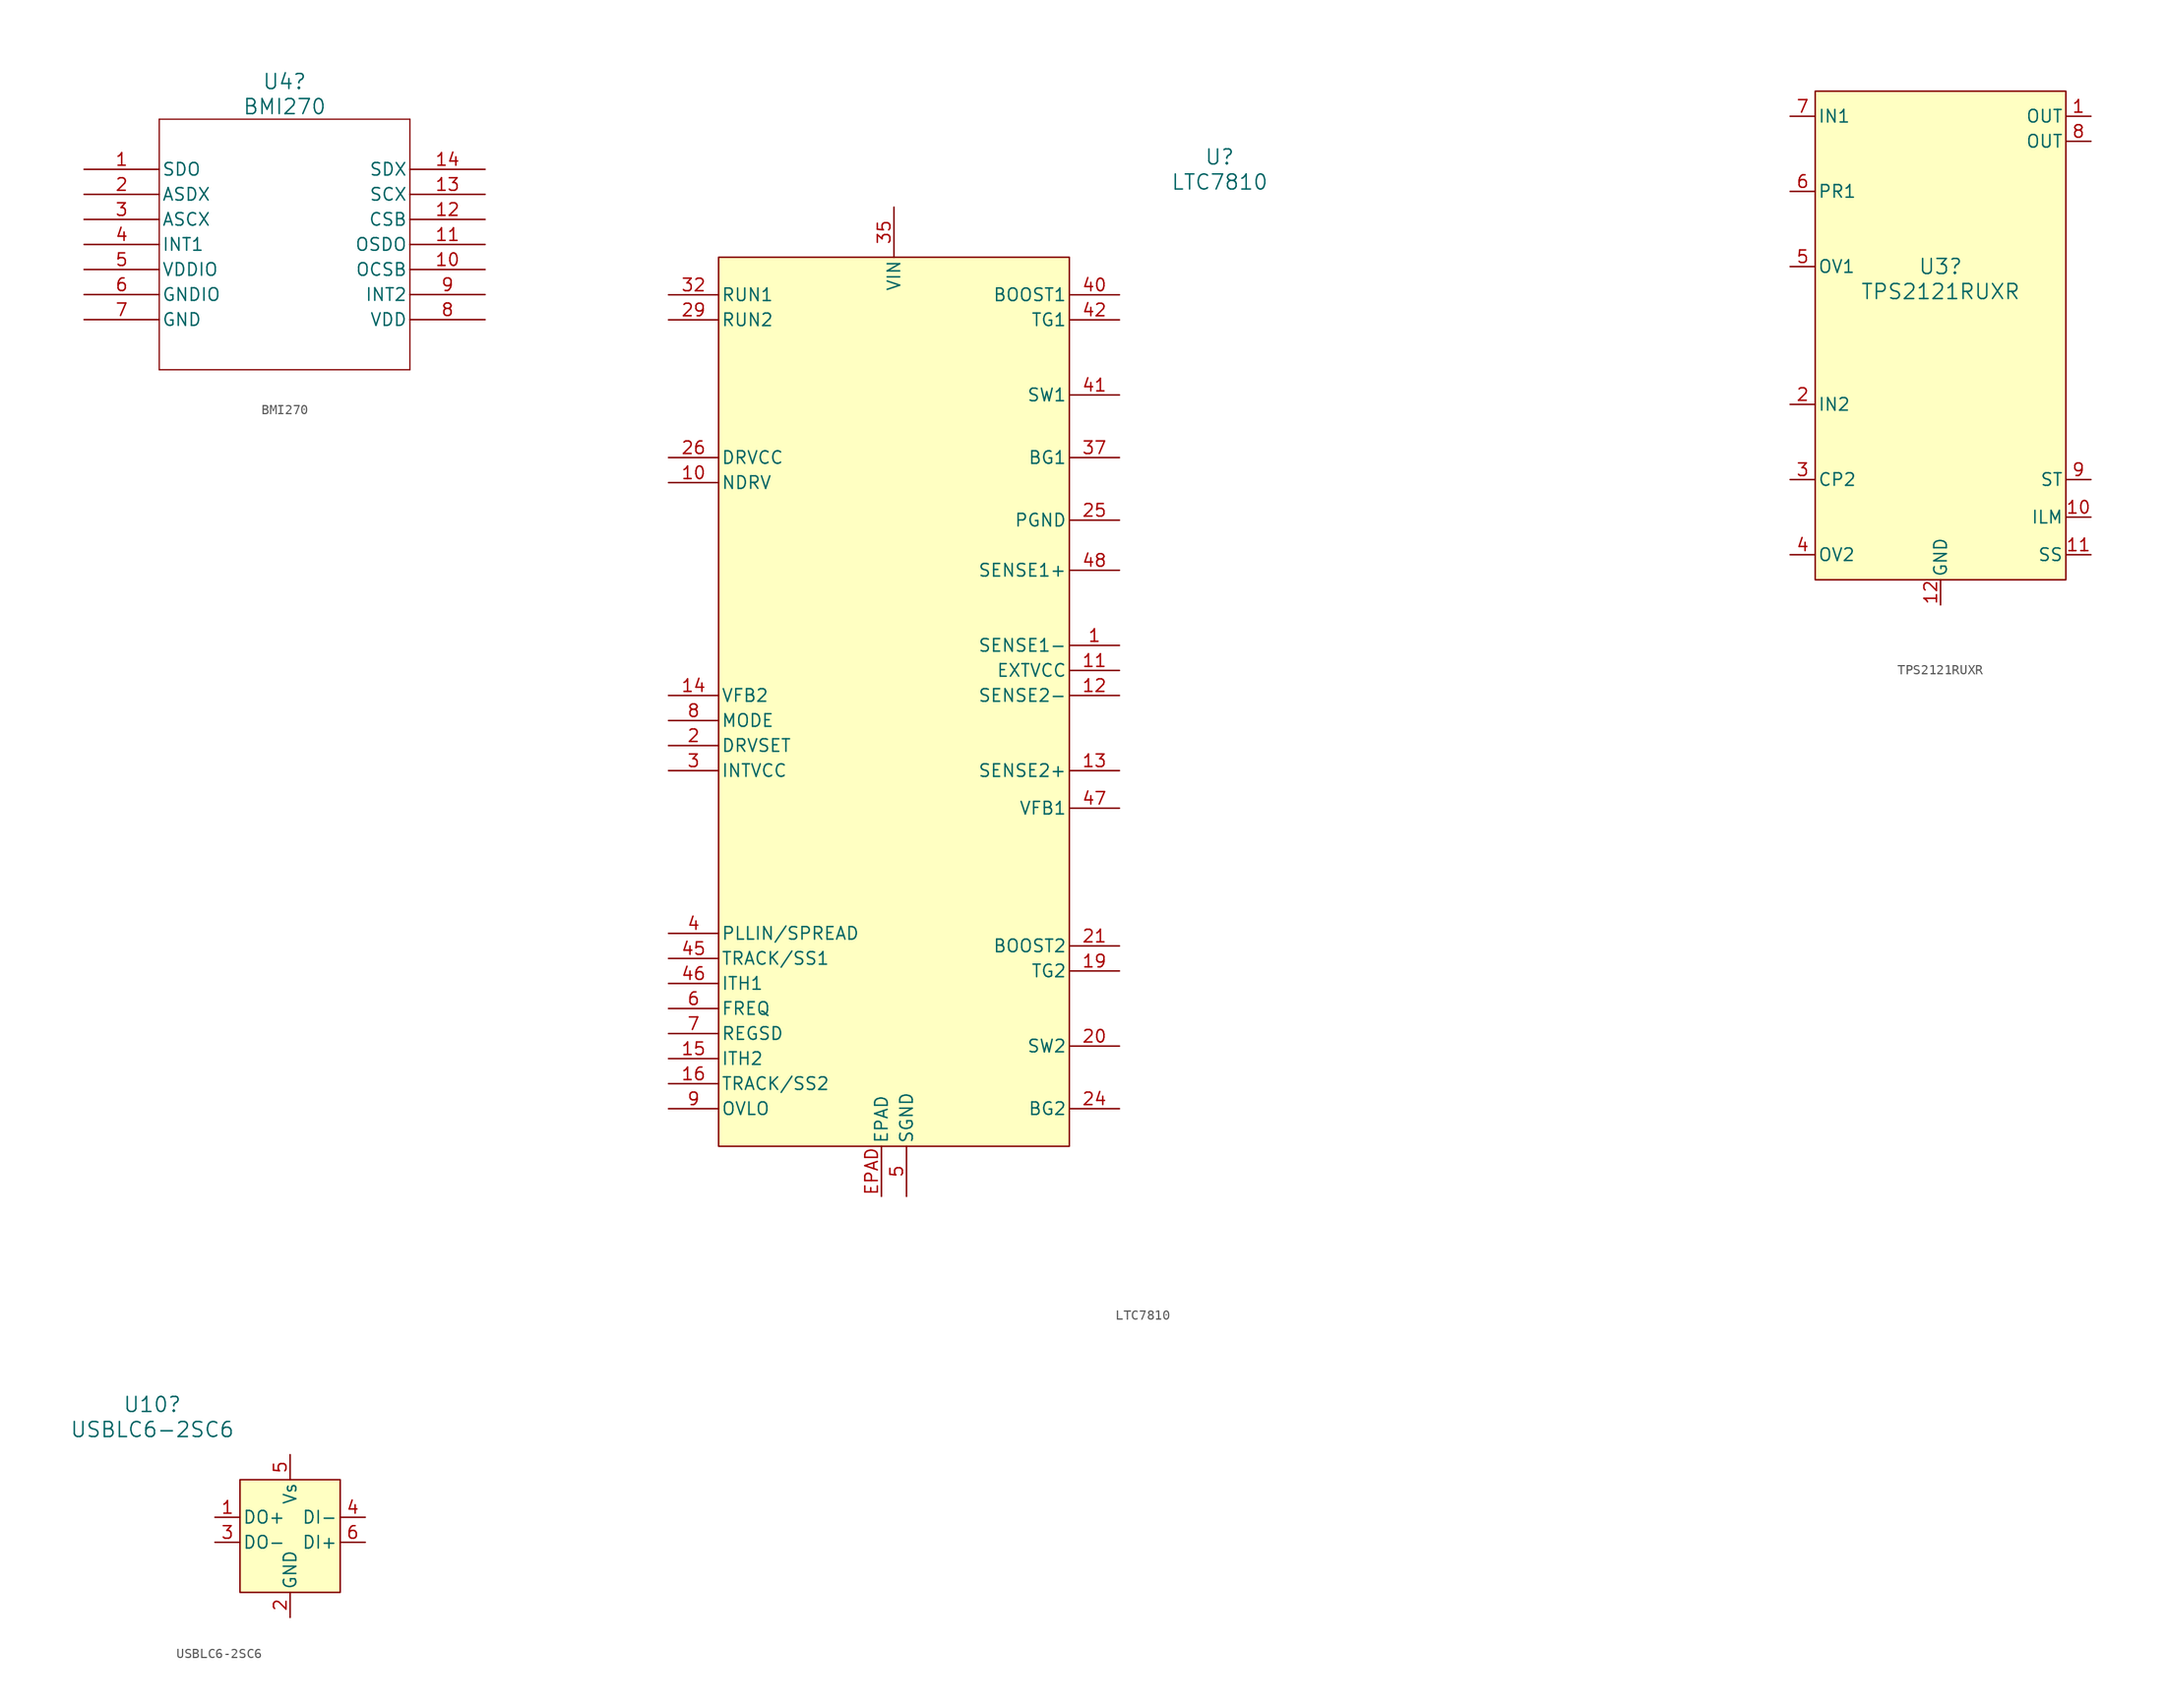
<source format=kicad_sym>
(kicad_symbol_lib
  (version 20220914)
  (generator kicad_symbol_editor)
  (symbol "BMI270"
    (pin_names
      (offset 0.254))
    (property "Reference" "U4"
      (at 20.32 8.89 0)
      (effects (font (size 1.524 1.524))))
    (property "Value" "BMI270"
      (at 20.32 6.35 0)
      (effects (font (size 1.524 1.524))))
    (property "ki_locked" ""
      (at 0 0 0)
      (effects (font (size 1.27 1.27))))
    (symbol "BMI270_0_1"
      (polyline (pts (xy 7.62 -20.32) (xy 33.02 -20.32)) (stroke (width 0.127) (type default)) (fill (type none)))
      (polyline (pts (xy 7.62 5.08) (xy 7.62 -20.32)) (stroke (width 0.127) (type default)) (fill (type none)))
      (polyline (pts (xy 33.02 -20.32) (xy 33.02 5.08)) (stroke (width 0.127) (type default)) (fill (type none)))
      (polyline (pts (xy 33.02 5.08) (xy 7.62 5.08)) (stroke (width 0.127) (type default)) (fill (type none)))
      (pin bidirectional line (at 0 0 0) (length 7.62) (name "SDO" (effects (font (size 1.27 1.27)))) (number "1" (effects (font (size 1.27 1.27)))))
      (pin input line (at 40.64 -10.16 180) (length 7.62) (name "OCSB" (effects (font (size 1.27 1.27)))) (number "10" (effects (font (size 1.27 1.27)))))
      (pin output line (at 40.64 -7.62 180) (length 7.62) (name "OSDO" (effects (font (size 1.27 1.27)))) (number "11" (effects (font (size 1.27 1.27)))))
      (pin input line (at 40.64 -5.08 180) (length 7.62) (name "CSB" (effects (font (size 1.27 1.27)))) (number "12" (effects (font (size 1.27 1.27)))))
      (pin input line (at 40.64 -2.54 180) (length 7.62) (name "SCX" (effects (font (size 1.27 1.27)))) (number "13" (effects (font (size 1.27 1.27)))))
      (pin bidirectional line (at 40.64 0 180) (length 7.62) (name "SDX" (effects (font (size 1.27 1.27)))) (number "14" (effects (font (size 1.27 1.27)))))
      (pin bidirectional line (at 0 -2.54 0) (length 7.62) (name "ASDX" (effects (font (size 1.27 1.27)))) (number "2" (effects (font (size 1.27 1.27)))))
      (pin bidirectional line (at 0 -5.08 0) (length 7.62) (name "ASCX" (effects (font (size 1.27 1.27)))) (number "3" (effects (font (size 1.27 1.27)))))
      (pin bidirectional line (at 0 -7.62 0) (length 7.62) (name "INT1" (effects (font (size 1.27 1.27)))) (number "4" (effects (font (size 1.27 1.27)))))
      (pin power_in line (at 0 -10.16 0) (length 7.62) (name "VDDIO" (effects (font (size 1.27 1.27)))) (number "5" (effects (font (size 1.27 1.27)))))
      (pin power_out line (at 0 -12.7 0) (length 7.62) (name "GNDIO" (effects (font (size 1.27 1.27)))) (number "6" (effects (font (size 1.27 1.27)))))
      (pin power_out line (at 0 -15.24 0) (length 7.62) (name "GND" (effects (font (size 1.27 1.27)))) (number "7" (effects (font (size 1.27 1.27)))))
      (pin power_in line (at 40.64 -15.24 180) (length 7.62) (name "VDD" (effects (font (size 1.27 1.27)))) (number "8" (effects (font (size 1.27 1.27)))))
      (pin bidirectional line (at 40.64 -12.7 180) (length 7.62) (name "INT2" (effects (font (size 1.27 1.27)))) (number "9" (effects (font (size 1.27 1.27)))))))
  (symbol "LTC7810"
    (pin_names
      (offset 0.254))
    (property "Reference" "U"
      (at 33.02 10.16 0)
      (effects (font (size 1.524 1.524))))
    (property "Value" "LTC7810"
      (at 33.02 7.62 0)
      (effects (font (size 1.524 1.524))))
    (property "ki_locked" ""
      (at 0 0 0)
      (effects (font (size 1.27 1.27))))
    (symbol "LTC7810_0_1"
      (pin unspecified line (at 22.86 -39.37 180) (length 5.08) (name "SENSE1-" (effects (font (size 1.27 1.27)))) (number "1" (effects (font (size 1.27 1.27)))))
      (pin unspecified line (at -22.86 -22.86 0) (length 5.08) (name "NDRV" (effects (font (size 1.27 1.27)))) (number "10" (effects (font (size 1.27 1.27)))))
      (pin unspecified line (at 22.86 -41.91 180) (length 5.08) (name "EXTVCC" (effects (font (size 1.27 1.27)))) (number "11" (effects (font (size 1.27 1.27)))))
      (pin unspecified line (at 22.86 -44.45 180) (length 5.08) (name "SENSE2-" (effects (font (size 1.27 1.27)))) (number "12" (effects (font (size 1.27 1.27)))))
      (pin unspecified line (at 22.86 -52.07 180) (length 5.08) (name "SENSE2+" (effects (font (size 1.27 1.27)))) (number "13" (effects (font (size 1.27 1.27)))))
      (pin unspecified line (at -22.86 -44.45 0) (length 5.08) (name "VFB2" (effects (font (size 1.27 1.27)))) (number "14" (effects (font (size 1.27 1.27)))))
      (pin unspecified line (at -22.86 -81.28 0) (length 5.08) (name "ITH2" (effects (font (size 1.27 1.27)))) (number "15" (effects (font (size 1.27 1.27)))))
      (pin unspecified line (at -22.86 -83.82 0) (length 5.08) (name "TRACK/SS2" (effects (font (size 1.27 1.27)))) (number "16" (effects (font (size 1.27 1.27)))))
      (pin unspecified line (at 22.86 -72.39 180) (length 5.08) (name "TG2" (effects (font (size 1.27 1.27)))) (number "19" (effects (font (size 1.27 1.27)))))
      (pin unspecified line (at -22.86 -49.53 0) (length 5.08) (name "DRVSET" (effects (font (size 1.27 1.27)))) (number "2" (effects (font (size 1.27 1.27)))))
      (pin unspecified line (at 22.86 -80.01 180) (length 5.08) (name "SW2" (effects (font (size 1.27 1.27)))) (number "20" (effects (font (size 1.27 1.27)))))
      (pin unspecified line (at 22.86 -69.85 180) (length 5.08) (name "BOOST2" (effects (font (size 1.27 1.27)))) (number "21" (effects (font (size 1.27 1.27)))))
      (pin unspecified line (at 22.86 -86.36 180) (length 5.08) (name "BG2" (effects (font (size 1.27 1.27)))) (number "24" (effects (font (size 1.27 1.27)))))
      (pin unspecified line (at 22.86 -26.67 180) (length 5.08) (name "PGND" (effects (font (size 1.27 1.27)))) (number "25" (effects (font (size 1.27 1.27)))))
      (pin unspecified line (at -22.86 -20.32 0) (length 5.08) (name "DRVCC" (effects (font (size 1.27 1.27)))) (number "26" (effects (font (size 1.27 1.27)))))
      (pin unspecified line (at -22.86 -6.35 0) (length 5.08) (name "RUN2" (effects (font (size 1.27 1.27)))) (number "29" (effects (font (size 1.27 1.27)))))
      (pin unspecified line (at -22.86 -52.07 0) (length 5.08) (name "INTVCC" (effects (font (size 1.27 1.27)))) (number "3" (effects (font (size 1.27 1.27)))))
      (pin unspecified line (at -22.86 -3.81 0) (length 5.08) (name "RUN1" (effects (font (size 1.27 1.27)))) (number "32" (effects (font (size 1.27 1.27)))))
      (pin unspecified line (at 0 5.08 270) (length 5.08) (name "VIN" (effects (font (size 1.27 1.27)))) (number "35" (effects (font (size 1.27 1.27)))))
      (pin unspecified line (at 22.86 -20.32 180) (length 5.08) (name "BG1" (effects (font (size 1.27 1.27)))) (number "37" (effects (font (size 1.27 1.27)))))
      (pin unspecified line (at -22.86 -68.58 0) (length 5.08) (name "PLLIN/SPREAD" (effects (font (size 1.27 1.27)))) (number "4" (effects (font (size 1.27 1.27)))))
      (pin unspecified line (at 22.86 -3.81 180) (length 5.08) (name "BOOST1" (effects (font (size 1.27 1.27)))) (number "40" (effects (font (size 1.27 1.27)))))
      (pin unspecified line (at 22.86 -13.97 180) (length 5.08) (name "SW1" (effects (font (size 1.27 1.27)))) (number "41" (effects (font (size 1.27 1.27)))))
      (pin unspecified line (at 22.86 -6.35 180) (length 5.08) (name "TG1" (effects (font (size 1.27 1.27)))) (number "42" (effects (font (size 1.27 1.27)))))
      (pin unspecified line (at -22.86 -71.12 0) (length 5.08) (name "TRACK/SS1" (effects (font (size 1.27 1.27)))) (number "45" (effects (font (size 1.27 1.27)))))
      (pin unspecified line (at -22.86 -73.66 0) (length 5.08) (name "ITH1" (effects (font (size 1.27 1.27)))) (number "46" (effects (font (size 1.27 1.27)))))
      (pin unspecified line (at 22.86 -55.88 180) (length 5.08) (name "VFB1" (effects (font (size 1.27 1.27)))) (number "47" (effects (font (size 1.27 1.27)))))
      (pin unspecified line (at 22.86 -31.75 180) (length 5.08) (name "SENSE1+" (effects (font (size 1.27 1.27)))) (number "48" (effects (font (size 1.27 1.27)))))
      (pin unspecified line (at 1.27 -95.25 90) (length 5.08) (name "SGND" (effects (font (size 1.27 1.27)))) (number "5" (effects (font (size 1.27 1.27)))))
      (pin unspecified line (at -22.86 -76.2 0) (length 5.08) (name "FREQ" (effects (font (size 1.27 1.27)))) (number "6" (effects (font (size 1.27 1.27)))))
      (pin unspecified line (at -22.86 -78.74 0) (length 5.08) (name "REGSD" (effects (font (size 1.27 1.27)))) (number "7" (effects (font (size 1.27 1.27)))))
      (pin unspecified line (at -22.86 -46.99 0) (length 5.08) (name "MODE" (effects (font (size 1.27 1.27)))) (number "8" (effects (font (size 1.27 1.27)))))
      (pin unspecified line (at -22.86 -86.36 0) (length 5.08) (name "OVLO" (effects (font (size 1.27 1.27)))) (number "9" (effects (font (size 1.27 1.27)))))
      (pin unspecified line (at -1.27 -95.25 90) (length 5.08) (name "EPAD" (effects (font (size 1.27 1.27)))) (number "EPAD" (effects (font (size 1.27 1.27))))))
    (symbol "LTC7810_1_1"
      (rectangle (start -17.78 0) (end 17.78 -90.17) (stroke (width 0) (type default)) (fill (type background)))
      (pin no_connect line (at 73.66 -48.26 180) (length 5.08) hide (name "NC" (effects (font (size 1.27 1.27)))) (number "17" (effects (font (size 1.27 1.27)))))
      (pin no_connect line (at 73.66 -45.72 180) (length 5.08) hide (name "NC" (effects (font (size 1.27 1.27)))) (number "18" (effects (font (size 1.27 1.27)))))
      (pin no_connect line (at 73.66 -43.18 180) (length 5.08) hide (name "NC" (effects (font (size 1.27 1.27)))) (number "22" (effects (font (size 1.27 1.27)))))
      (pin no_connect line (at 73.66 -40.64 180) (length 5.08) hide (name "NC" (effects (font (size 1.27 1.27)))) (number "23" (effects (font (size 1.27 1.27)))))
      (pin no_connect line (at 73.66 -38.1 180) (length 5.08) hide (name "NC" (effects (font (size 1.27 1.27)))) (number "27" (effects (font (size 1.27 1.27)))))
      (pin no_connect line (at 73.66 -35.56 180) (length 5.08) hide (name "NC" (effects (font (size 1.27 1.27)))) (number "28" (effects (font (size 1.27 1.27)))))
      (pin no_connect line (at 73.66 -33.02 180) (length 5.08) hide (name "NC" (effects (font (size 1.27 1.27)))) (number "30" (effects (font (size 1.27 1.27)))))
      (pin no_connect line (at 73.66 -30.48 180) (length 5.08) hide (name "NC" (effects (font (size 1.27 1.27)))) (number "31" (effects (font (size 1.27 1.27)))))
      (pin no_connect line (at 73.66 -27.94 180) (length 5.08) hide (name "NC" (effects (font (size 1.27 1.27)))) (number "33" (effects (font (size 1.27 1.27)))))
      (pin no_connect line (at 73.66 -25.4 180) (length 5.08) hide (name "NC" (effects (font (size 1.27 1.27)))) (number "34" (effects (font (size 1.27 1.27)))))
      (pin no_connect line (at 73.66 -22.86 180) (length 5.08) hide (name "NC" (effects (font (size 1.27 1.27)))) (number "36" (effects (font (size 1.27 1.27)))))
      (pin no_connect line (at 73.66 -20.32 180) (length 5.08) hide (name "NC" (effects (font (size 1.27 1.27)))) (number "38" (effects (font (size 1.27 1.27)))))
      (pin no_connect line (at 73.66 -17.78 180) (length 5.08) hide (name "NC" (effects (font (size 1.27 1.27)))) (number "39" (effects (font (size 1.27 1.27)))))
      (pin no_connect line (at 73.66 -15.24 180) (length 5.08) hide (name "NC" (effects (font (size 1.27 1.27)))) (number "43" (effects (font (size 1.27 1.27)))))
      (pin no_connect line (at 73.66 -12.7 180) (length 5.08) hide (name "NC" (effects (font (size 1.27 1.27)))) (number "44" (effects (font (size 1.27 1.27)))))))
  (symbol "TPS2121RUXR"
    (pin_names
      (offset 0.254))
    (property "Reference" "U3"
      (at 0 7.62 0)
      (effects (font (size 1.524 1.524))))
    (property "Value" "TPS2121RUXR"
      (at 0 5.08 0)
      (effects (font (size 1.524 1.524))))
    (property "ki_locked" ""
      (at 0 0 0)
      (effects (font (size 1.27 1.27))))
    (symbol "TPS2121RUXR_0_1"
      (pin power_in line (at 15.24 22.86 180) (length 2.54) (name "OUT" (effects (font (size 1.27 1.27)))) (number "1" (effects (font (size 1.27 1.27)))))
      (pin bidirectional line (at 15.24 -17.78 180) (length 2.54) (name "ILM" (effects (font (size 1.27 1.27)))) (number "10" (effects (font (size 1.27 1.27)))))
      (pin bidirectional line (at 15.24 -21.59 180) (length 2.54) (name "SS" (effects (font (size 1.27 1.27)))) (number "11" (effects (font (size 1.27 1.27)))))
      (pin power_in line (at 0 -26.67 90) (length 2.54) (name "GND" (effects (font (size 1.27 1.27)))) (number "12" (effects (font (size 1.27 1.27)))))
      (pin power_in line (at -15.24 -6.35 0) (length 2.54) (name "IN2" (effects (font (size 1.27 1.27)))) (number "2" (effects (font (size 1.27 1.27)))))
      (pin input line (at -15.24 -13.97 0) (length 2.54) (name "CP2" (effects (font (size 1.27 1.27)))) (number "3" (effects (font (size 1.27 1.27)))))
      (pin input line (at -15.24 -21.59 0) (length 2.54) (name "OV2" (effects (font (size 1.27 1.27)))) (number "4" (effects (font (size 1.27 1.27)))))
      (pin input line (at -15.24 7.62 0) (length 2.54) (name "OV1" (effects (font (size 1.27 1.27)))) (number "5" (effects (font (size 1.27 1.27)))))
      (pin input line (at -15.24 15.24 0) (length 2.54) (name "PR1" (effects (font (size 1.27 1.27)))) (number "6" (effects (font (size 1.27 1.27)))))
      (pin power_in line (at -15.24 22.86 0) (length 2.54) (name "IN1" (effects (font (size 1.27 1.27)))) (number "7" (effects (font (size 1.27 1.27)))))
      (pin power_in line (at 15.24 20.32 180) (length 2.54) (name "OUT" (effects (font (size 1.27 1.27)))) (number "8" (effects (font (size 1.27 1.27)))))
      (pin output line (at 15.24 -13.97 180) (length 2.54) (name "ST" (effects (font (size 1.27 1.27)))) (number "9" (effects (font (size 1.27 1.27))))))
    (symbol "TPS2121RUXR_1_1"
      (rectangle (start -12.7 25.4) (end 12.7 -24.13) (stroke (width 0) (type default)) (fill (type background)))))
  (symbol "USBLC6-2SC6"
    (pin_names
      (offset 0.254))
    (property "Reference" "U10"
      (at 3.81 7.62 0)
      (effects (font (size 1.524 1.524))))
    (property "Value" "USBLC6-2SC6"
      (at 3.81 5.08 0)
      (effects (font (size 1.524 1.524))))
    (property "ki_locked" ""
      (at 0 0 0)
      (effects (font (size 1.27 1.27))))
    (symbol "USBLC6-2SC6_1_1"
      (rectangle (start 12.7 0) (end 22.86 -11.43) (stroke (width 0) (type default)) (fill (type background)))
      (pin unspecified line (at 10.16 -3.81 0) (length 2.54) (name "DO+" (effects (font (size 1.27 1.27)))) (number "1" (effects (font (size 1.27 1.27)))))
      (pin unspecified line (at 17.78 -13.97 90) (length 2.54) (name "GND" (effects (font (size 1.27 1.27)))) (number "2" (effects (font (size 1.27 1.27)))))
      (pin unspecified line (at 10.16 -6.35 0) (length 2.54) (name "DO-" (effects (font (size 1.27 1.27)))) (number "3" (effects (font (size 1.27 1.27)))))
      (pin unspecified line (at 25.4 -3.81 180) (length 2.54) (name "DI-" (effects (font (size 1.27 1.27)))) (number "4" (effects (font (size 1.27 1.27)))))
      (pin unspecified line (at 17.78 2.54 270) (length 2.54) (name "Vs" (effects (font (size 1.27 1.27)))) (number "5" (effects (font (size 1.27 1.27)))))
      (pin unspecified line (at 25.4 -6.35 180) (length 2.54) (name "DI+" (effects (font (size 1.27 1.27)))) (number "6" (effects (font (size 1.27 1.27))))))))
</source>
